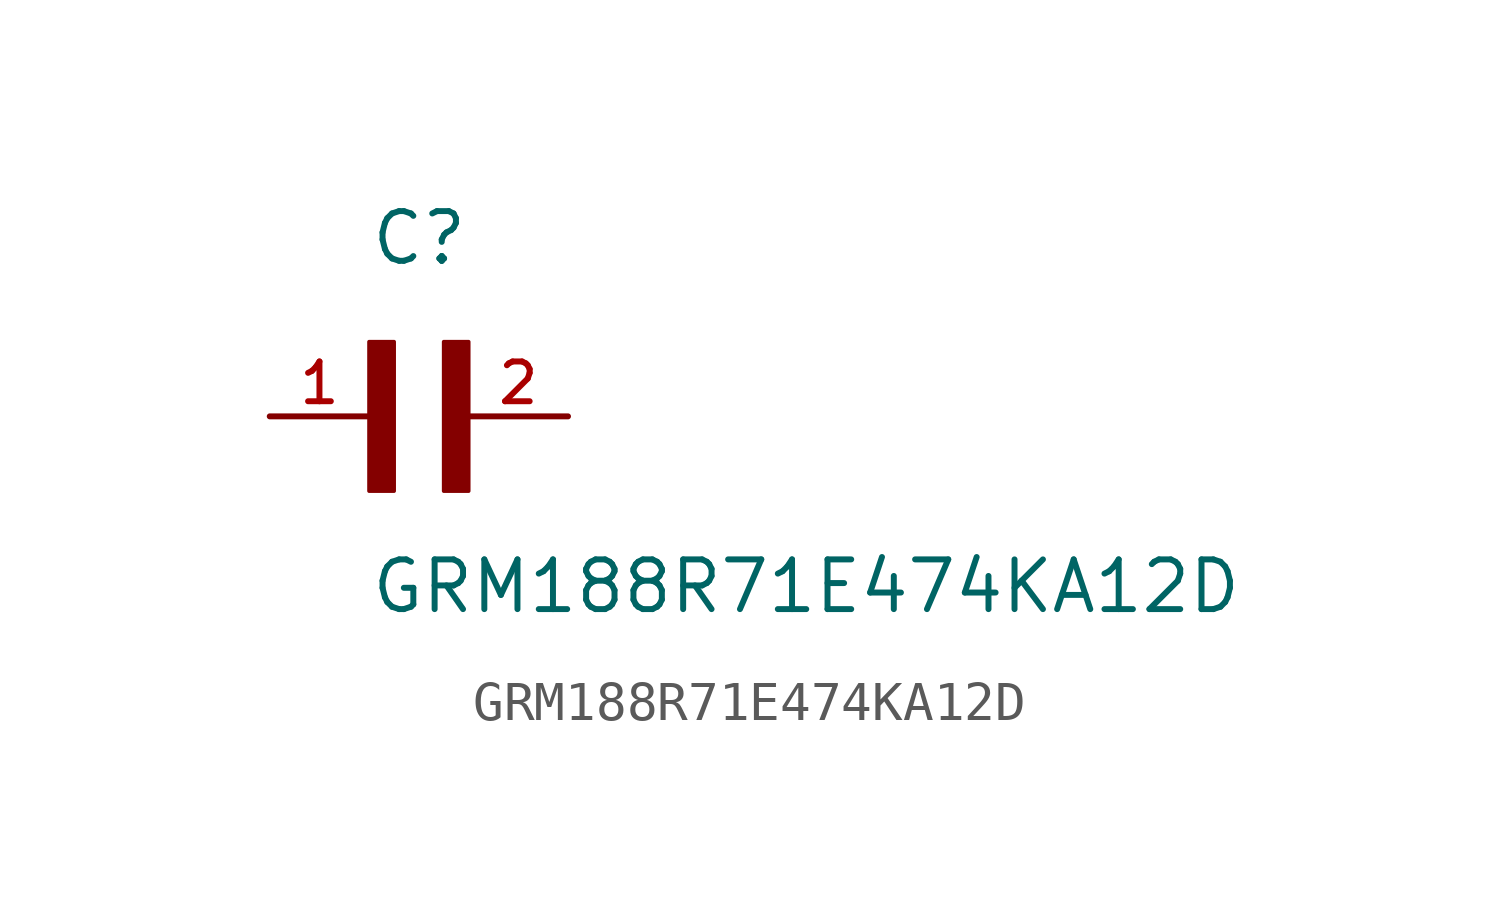
<source format=kicad_sym>
(kicad_symbol_lib
  (version 20211014)
  (generator kicad_symbol_editor)
  (symbol "GRM188R71E474KA12D"
    (pin_names
      (offset 1.016))
    (property "Reference" "C"
      (at 0.0 3.811 0)
      (effects (font (size 1.27 1.27)) (justify bottom left)))
    (property "Value" "GRM188R71E474KA12D"
      (at 0.0 -5.088 0)
      (effects (font (size 1.27 1.27)) (justify bottom left)))
    (symbol "GRM188R71E474KA12D_0_0"
      (rectangle (start 0.0 -1.907) (end 0.635 1.905) (stroke (width 0.1)) (fill (type outline)))
      (rectangle (start 1.907 -1.907) (end 2.54 1.905) (stroke (width 0.1)) (fill (type outline)))
      (pin passive line (at 5.08 0.0 180.0) (length 2.54) (name "~" (effects (font (size 1.016 1.016)))) (number "2" (effects (font (size 1.016 1.016)))))
      (pin passive line (at -2.54 0.0 0) (length 2.54) (name "~" (effects (font (size 1.016 1.016)))) (number "1" (effects (font (size 1.016 1.016))))))))
</source>
